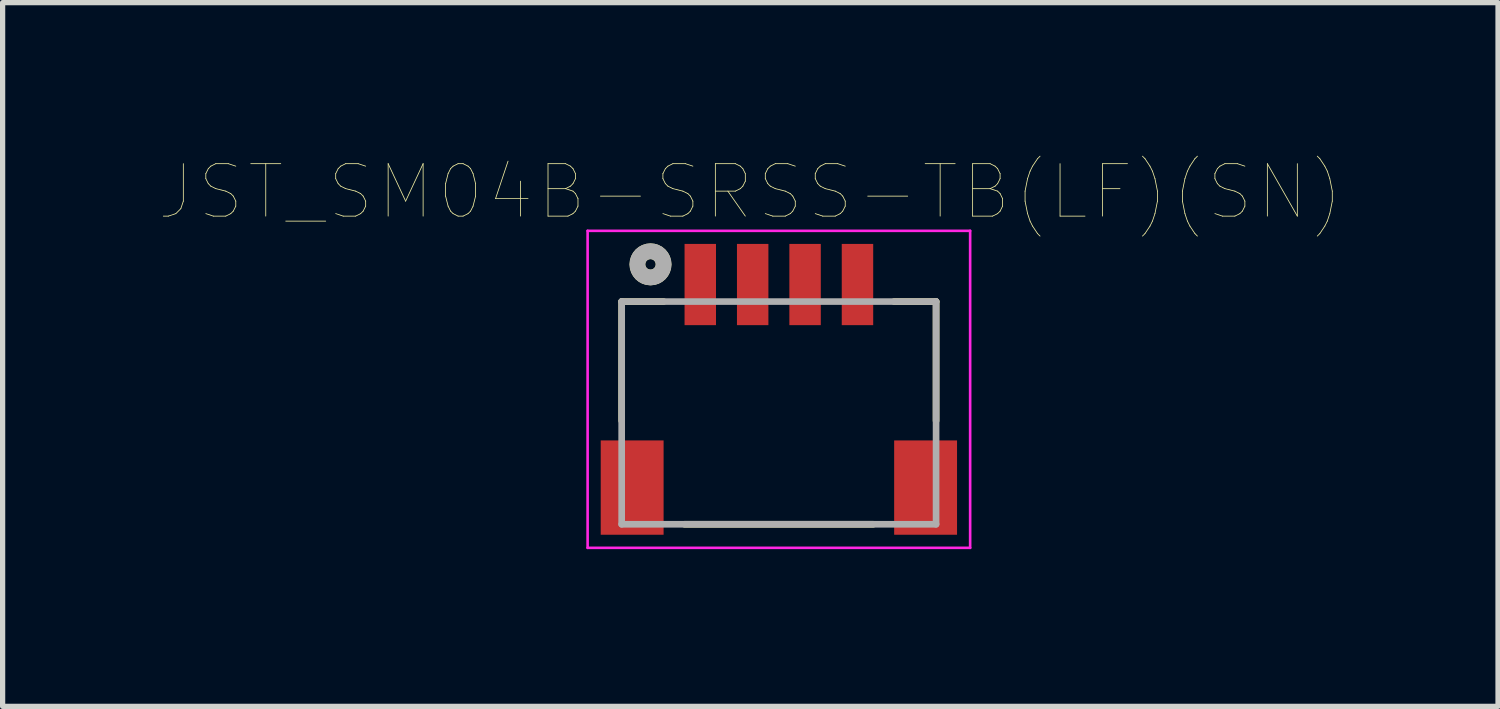
<source format=kicad_pcb>
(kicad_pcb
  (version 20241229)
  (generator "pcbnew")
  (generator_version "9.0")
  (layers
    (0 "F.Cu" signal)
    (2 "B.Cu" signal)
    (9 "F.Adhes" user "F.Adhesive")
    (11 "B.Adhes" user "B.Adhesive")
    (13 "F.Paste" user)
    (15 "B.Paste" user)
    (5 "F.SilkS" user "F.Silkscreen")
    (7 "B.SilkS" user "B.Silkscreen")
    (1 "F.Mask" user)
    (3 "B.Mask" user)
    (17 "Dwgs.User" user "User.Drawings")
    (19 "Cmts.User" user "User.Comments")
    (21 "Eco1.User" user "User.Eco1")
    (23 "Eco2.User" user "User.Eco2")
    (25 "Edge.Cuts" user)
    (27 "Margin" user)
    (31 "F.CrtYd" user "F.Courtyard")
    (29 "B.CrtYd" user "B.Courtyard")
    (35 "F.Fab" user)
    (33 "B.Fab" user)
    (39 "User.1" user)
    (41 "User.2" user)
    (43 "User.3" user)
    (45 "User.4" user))
  (footprint "JST_SM04B-SRSS-TB(LF)(SN)"
    (layer "F.Cu")
    (at 11.814 2.38)
    (property "Reference" "JST_SM04B-SRSS-TB(LF)(SN)" (at -0.545 -1.768 0) (layer "F.SilkS") (effects (font (size 1.001 1.001) (thickness 0.015))))
    (attr smd)
    (fp_line (start -3 0.325) (end -3 2.6) (stroke (width 0.127) (type solid)) (layer "F.SilkS"))
    (fp_line (start -2.2 0.325) (end -3 0.325) (stroke (width 0.127) (type solid)) (layer "F.SilkS"))
    (fp_line (start -1.8 4.575) (end 1.8 4.575) (stroke (width 0.127) (type solid)) (layer "F.SilkS"))
    (fp_line (start 2.2 0.325) (end 3 0.325) (stroke (width 0.127) (type solid)) (layer "F.SilkS"))
    (fp_line (start 3 0.325) (end 3 2.6) (stroke (width 0.127) (type solid)) (layer "F.SilkS"))
    (fp_circle (center -2.45 -0.385) (end -2.35 -0.385) (stroke (width 0.3) (type solid)) (fill no) (layer "F.SilkS"))
    (fp_line (start -3.65 -1.025) (end 3.65 -1.025) (stroke (width 0.05) (type solid)) (layer "F.CrtYd"))
    (fp_line (start -3.65 5.025) (end -3.65 -1.025) (stroke (width 0.05) (type solid)) (layer "F.CrtYd"))
    (fp_line (start 3.65 -1.025) (end 3.65 5.025) (stroke (width 0.05) (type solid)) (layer "F.CrtYd"))
    (fp_line (start 3.65 5.025) (end -3.65 5.025) (stroke (width 0.05) (type solid)) (layer "F.CrtYd"))
    (fp_line (start -3 0.325) (end 3 0.325) (stroke (width 0.127) (type solid)) (layer "F.Fab"))
    (fp_line (start -3 4.575) (end -3 0.325) (stroke (width 0.127) (type solid)) (layer "F.Fab"))
    (fp_line (start 3 0.325) (end 3 4.575) (stroke (width 0.127) (type solid)) (layer "F.Fab"))
    (fp_line (start 3 4.575) (end -3 4.575) (stroke (width 0.127) (type solid)) (layer "F.Fab"))
    (fp_circle (center -2.45 -0.385) (end -2.35 -0.385) (stroke (width 0.3) (type solid)) (fill no) (layer "F.Fab"))
    (pad "1" smd rect (at -1.5 0) (size 0.6 1.55) (layers "F.Cu" "F.Mask" "F.Paste"))
    (pad "2" smd rect (at -0.5 0) (size 0.6 1.55) (layers "F.Cu" "F.Mask" "F.Paste"))
    (pad "3" smd rect (at 0.5 0) (size 0.6 1.55) (layers "F.Cu" "F.Mask" "F.Paste"))
    (pad "4" smd rect (at 1.5 0) (size 0.6 1.55) (layers "F.Cu" "F.Mask" "F.Paste"))
    (pad "S1" smd rect (at -2.8 3.875) (size 1.2 1.8) (layers "F.Cu" "F.Mask" "F.Paste"))
    (pad "S2" smd rect (at 2.8 3.875) (size 1.2 1.8) (layers "F.Cu" "F.Mask" "F.Paste")))
  (gr_rect
    (start -3 -3)
    (end 25.538 10.43)
    (stroke (width 0.1) (type default))
    (fill no)
    (layer "Edge.Cuts")))
</source>
